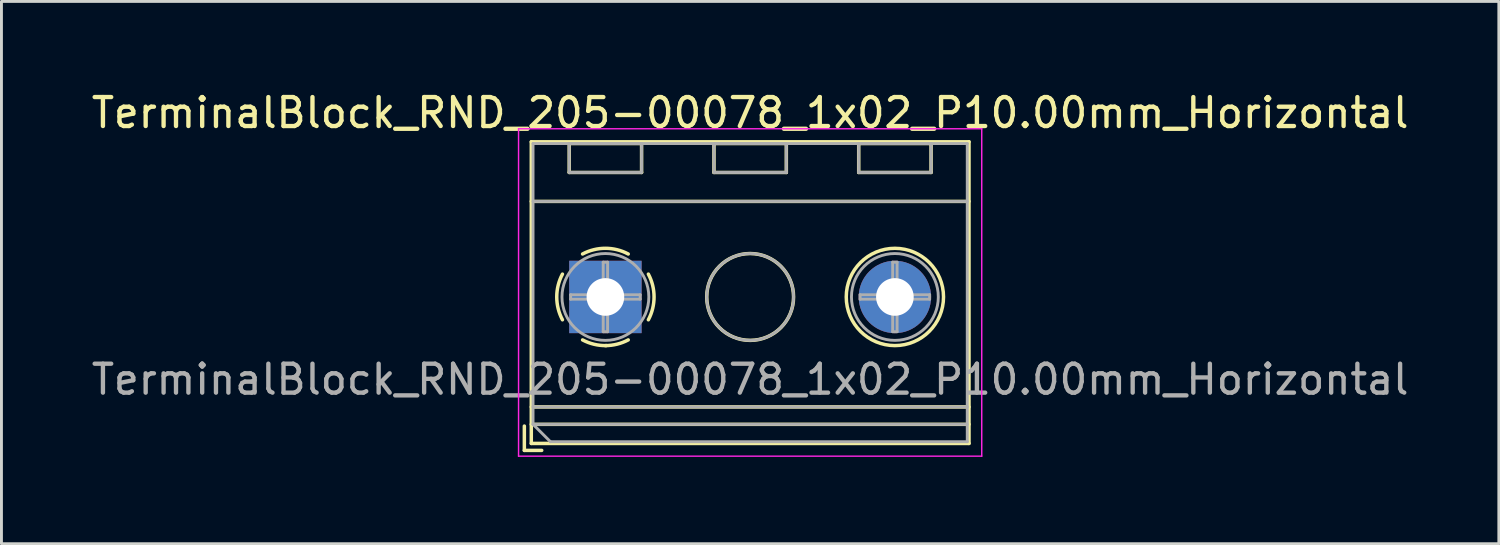
<source format=kicad_pcb>
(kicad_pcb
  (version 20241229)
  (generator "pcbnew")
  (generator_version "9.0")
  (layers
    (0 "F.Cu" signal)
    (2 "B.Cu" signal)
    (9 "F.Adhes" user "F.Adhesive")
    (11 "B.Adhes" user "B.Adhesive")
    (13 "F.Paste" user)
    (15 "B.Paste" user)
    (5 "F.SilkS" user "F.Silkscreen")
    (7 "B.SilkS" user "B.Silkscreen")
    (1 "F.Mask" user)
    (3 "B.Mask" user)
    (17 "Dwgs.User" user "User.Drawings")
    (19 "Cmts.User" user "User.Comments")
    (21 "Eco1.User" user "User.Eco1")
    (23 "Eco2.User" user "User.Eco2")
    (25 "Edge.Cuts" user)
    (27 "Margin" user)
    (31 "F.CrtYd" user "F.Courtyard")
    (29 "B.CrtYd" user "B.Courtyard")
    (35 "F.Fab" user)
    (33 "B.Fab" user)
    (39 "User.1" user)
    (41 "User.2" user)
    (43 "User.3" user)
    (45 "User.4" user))
  (footprint "TerminalBlock_RND_205-00078_1x02_P10.00mm_Horizontal"
    (layer "F.Cu")
    (at 17.863 7.208)
    (property "Reference" "TerminalBlock_RND_205-00078_1x02_P10.00mm_Horizontal" (at 5 -6.36 0) (layer "F.SilkS") (effects (font (size 1 1) (thickness 0.15))))
    (attr through_hole)
    (fp_line (start -2.8 4.46) (end -2.8 5.3) (stroke (width 0.12) (type solid)) (layer "F.SilkS"))
    (fp_line (start -2.8 5.3) (end -2.2 5.3) (stroke (width 0.12) (type solid)) (layer "F.SilkS"))
    (fp_line (start -2.56 -5.36) (end -2.56 5.06) (stroke (width 0.12) (type solid)) (layer "F.SilkS"))
    (fp_line (start -2.56 -5.36) (end 12.56 -5.36) (stroke (width 0.12) (type solid)) (layer "F.SilkS"))
    (fp_line (start -2.56 -3.301) (end 12.56 -3.301) (stroke (width 0.12) (type solid)) (layer "F.SilkS"))
    (fp_line (start -2.56 3.8) (end 12.56 3.8) (stroke (width 0.12) (type solid)) (layer "F.SilkS"))
    (fp_line (start -2.56 4.4) (end 12.56 4.4) (stroke (width 0.12) (type solid)) (layer "F.SilkS"))
    (fp_line (start -2.56 5.06) (end 12.56 5.06) (stroke (width 0.12) (type solid)) (layer "F.SilkS"))
    (fp_line (start -1.25 -5.301) (end -1.25 -4.301) (stroke (width 0.12) (type solid)) (layer "F.SilkS"))
    (fp_line (start -1.25 -5.301) (end 1.25 -5.301) (stroke (width 0.12) (type solid)) (layer "F.SilkS"))
    (fp_line (start -1.25 -4.301) (end 1.25 -4.301) (stroke (width 0.12) (type solid)) (layer "F.SilkS"))
    (fp_line (start 1.25 -5.301) (end 1.25 -4.301) (stroke (width 0.12) (type solid)) (layer "F.SilkS"))
    (fp_line (start 3.75 -5.301) (end 3.75 -4.301) (stroke (width 0.12) (type solid)) (layer "F.SilkS"))
    (fp_line (start 3.75 -5.301) (end 6.25 -5.301) (stroke (width 0.12) (type solid)) (layer "F.SilkS"))
    (fp_line (start 3.75 -4.301) (end 6.25 -4.301) (stroke (width 0.12) (type solid)) (layer "F.SilkS"))
    (fp_line (start 6.25 -5.301) (end 6.25 -4.301) (stroke (width 0.12) (type solid)) (layer "F.SilkS"))
    (fp_line (start 8.75 -5.301) (end 8.75 -4.301) (stroke (width 0.12) (type solid)) (layer "F.SilkS"))
    (fp_line (start 8.75 -5.301) (end 11.25 -5.301) (stroke (width 0.12) (type solid)) (layer "F.SilkS"))
    (fp_line (start 8.75 -4.301) (end 11.25 -4.301) (stroke (width 0.12) (type solid)) (layer "F.SilkS"))
    (fp_line (start 11.25 -5.301) (end 11.25 -4.301) (stroke (width 0.12) (type solid)) (layer "F.SilkS"))
    (fp_line (start 12.56 -5.36) (end 12.56 5.06) (stroke (width 0.12) (type solid)) (layer "F.SilkS"))
    (fp_arc (start -1.483953 0.789089) (mid -1.680708 0.00005) (end -1.484 -0.789) (stroke (width 0.12) (type solid)) (layer "F.SilkS"))
    (fp_arc (start -0.789089 -1.483953) (mid -0.00005 -1.680708) (end 0.789 -1.484) (stroke (width 0.12) (type solid)) (layer "F.SilkS"))
    (fp_arc (start 0.029383 1.68045) (mid -0.392304 1.634281) (end -0.789 1.484) (stroke (width 0.12) (type solid)) (layer "F.SilkS"))
    (fp_arc (start 0.788712 1.483352) (mid 0.406429 1.630097) (end 0 1.68) (stroke (width 0.12) (type solid)) (layer "F.SilkS"))
    (fp_arc (start 1.483953 -0.789089) (mid 1.680708 -0.00005) (end 1.484 0.789) (stroke (width 0.12) (type solid)) (layer "F.SilkS"))
    (fp_circle (center 5 0) (end 6.5 0) (stroke (width 0.12) (type solid)) (fill no) (layer "F.SilkS"))
    (fp_circle (center 10 0) (end 11.68 0) (stroke (width 0.12) (type solid)) (fill no) (layer "F.SilkS"))
    (fp_line (start -3 -5.81) (end -3 5.5) (stroke (width 0.05) (type solid)) (layer "F.CrtYd"))
    (fp_line (start -3 5.5) (end 13 5.5) (stroke (width 0.05) (type solid)) (layer "F.CrtYd"))
    (fp_line (start 13 -5.81) (end -3 -5.81) (stroke (width 0.05) (type solid)) (layer "F.CrtYd"))
    (fp_line (start 13 5.5) (end 13 -5.81) (stroke (width 0.05) (type solid)) (layer "F.CrtYd"))
    (fp_line (start -2.5 -5.3) (end 12.5 -5.3) (stroke (width 0.1) (type solid)) (layer "F.Fab"))
    (fp_line (start -2.5 -3.3) (end 12.5 -3.3) (stroke (width 0.1) (type solid)) (layer "F.Fab"))
    (fp_line (start -2.5 3.8) (end 12.5 3.8) (stroke (width 0.1) (type solid)) (layer "F.Fab"))
    (fp_line (start -2.5 4.4) (end -2.5 -5.3) (stroke (width 0.1) (type solid)) (layer "F.Fab"))
    (fp_line (start -2.5 4.4) (end 12.5 4.4) (stroke (width 0.1) (type solid)) (layer "F.Fab"))
    (fp_line (start -1.9 5) (end -2.5 4.4) (stroke (width 0.1) (type solid)) (layer "F.Fab"))
    (fp_line (start -1.25 -5.3) (end -1.25 -4.3) (stroke (width 0.1) (type solid)) (layer "F.Fab"))
    (fp_line (start -1.25 -4.3) (end 1.25 -4.3) (stroke (width 0.1) (type solid)) (layer "F.Fab"))
    (fp_line (start -1.201 -0.076) (end -0.076 -0.076) (stroke (width 0.1) (type solid)) (layer "F.Fab"))
    (fp_line (start -1.201 0.076) (end -1.201 -0.076) (stroke (width 0.1) (type solid)) (layer "F.Fab"))
    (fp_line (start -0.076 -1.201) (end 0.076 -1.201) (stroke (width 0.1) (type solid)) (layer "F.Fab"))
    (fp_line (start -0.076 -0.076) (end -0.076 -1.201) (stroke (width 0.1) (type solid)) (layer "F.Fab"))
    (fp_line (start -0.076 0.076) (end -1.201 0.076) (stroke (width 0.1) (type solid)) (layer "F.Fab"))
    (fp_line (start -0.076 1.201) (end -0.076 0.076) (stroke (width 0.1) (type solid)) (layer "F.Fab"))
    (fp_line (start 0.076 -1.201) (end 0.076 -0.076) (stroke (width 0.1) (type solid)) (layer "F.Fab"))
    (fp_line (start 0.076 -0.076) (end 1.201 -0.076) (stroke (width 0.1) (type solid)) (layer "F.Fab"))
    (fp_line (start 0.076 0.076) (end 0.076 1.201) (stroke (width 0.1) (type solid)) (layer "F.Fab"))
    (fp_line (start 0.076 1.201) (end -0.076 1.201) (stroke (width 0.1) (type solid)) (layer "F.Fab"))
    (fp_line (start 1.201 -0.076) (end 1.201 0.076) (stroke (width 0.1) (type solid)) (layer "F.Fab"))
    (fp_line (start 1.201 0.076) (end 0.076 0.076) (stroke (width 0.1) (type solid)) (layer "F.Fab"))
    (fp_line (start 1.25 -5.3) (end -1.25 -5.3) (stroke (width 0.1) (type solid)) (layer "F.Fab"))
    (fp_line (start 1.25 -4.3) (end 1.25 -5.3) (stroke (width 0.1) (type solid)) (layer "F.Fab"))
    (fp_line (start 3.75 -5.3) (end 3.75 -4.3) (stroke (width 0.1) (type solid)) (layer "F.Fab"))
    (fp_line (start 3.75 -4.3) (end 6.25 -4.3) (stroke (width 0.1) (type solid)) (layer "F.Fab"))
    (fp_line (start 6.25 -5.3) (end 3.75 -5.3) (stroke (width 0.1) (type solid)) (layer "F.Fab"))
    (fp_line (start 6.25 -4.3) (end 6.25 -5.3) (stroke (width 0.1) (type solid)) (layer "F.Fab"))
    (fp_line (start 8.75 -5.3) (end 8.75 -4.3) (stroke (width 0.1) (type solid)) (layer "F.Fab"))
    (fp_line (start 8.75 -4.3) (end 11.25 -4.3) (stroke (width 0.1) (type solid)) (layer "F.Fab"))
    (fp_line (start 8.799 -0.076) (end 9.924 -0.076) (stroke (width 0.1) (type solid)) (layer "F.Fab"))
    (fp_line (start 8.799 0.076) (end 8.799 -0.076) (stroke (width 0.1) (type solid)) (layer "F.Fab"))
    (fp_line (start 9.924 -1.201) (end 10.076 -1.201) (stroke (width 0.1) (type solid)) (layer "F.Fab"))
    (fp_line (start 9.924 -0.076) (end 9.924 -1.201) (stroke (width 0.1) (type solid)) (layer "F.Fab"))
    (fp_line (start 9.924 0.076) (end 8.799 0.076) (stroke (width 0.1) (type solid)) (layer "F.Fab"))
    (fp_line (start 9.924 1.201) (end 9.924 0.076) (stroke (width 0.1) (type solid)) (layer "F.Fab"))
    (fp_line (start 10.076 -1.201) (end 10.076 -0.076) (stroke (width 0.1) (type solid)) (layer "F.Fab"))
    (fp_line (start 10.076 -0.076) (end 11.201 -0.076) (stroke (width 0.1) (type solid)) (layer "F.Fab"))
    (fp_line (start 10.076 0.076) (end 10.076 1.201) (stroke (width 0.1) (type solid)) (layer "F.Fab"))
    (fp_line (start 10.076 1.201) (end 9.924 1.201) (stroke (width 0.1) (type solid)) (layer "F.Fab"))
    (fp_line (start 11.201 -0.076) (end 11.201 0.076) (stroke (width 0.1) (type solid)) (layer "F.Fab"))
    (fp_line (start 11.201 0.076) (end 10.076 0.076) (stroke (width 0.1) (type solid)) (layer "F.Fab"))
    (fp_line (start 11.25 -5.3) (end 8.75 -5.3) (stroke (width 0.1) (type solid)) (layer "F.Fab"))
    (fp_line (start 11.25 -4.3) (end 11.25 -5.3) (stroke (width 0.1) (type solid)) (layer "F.Fab"))
    (fp_line (start 12.5 -5.3) (end 12.5 5) (stroke (width 0.1) (type solid)) (layer "F.Fab"))
    (fp_line (start 12.5 5) (end -1.9 5) (stroke (width 0.1) (type solid)) (layer "F.Fab"))
    (fp_circle (center 0 0) (end 1.5 0) (stroke (width 0.1) (type solid)) (fill no) (layer "F.Fab"))
    (fp_circle (center 5 0) (end 6.5 0) (stroke (width 0.1) (type solid)) (fill no) (layer "F.Fab"))
    (fp_circle (center 10 0) (end 11.5 0) (stroke (width 0.1) (type solid)) (fill no) (layer "F.Fab"))
    (fp_text user "${REFERENCE}" (at 5 2.85 0) (layer "F.Fab") (effects (font (size 1 1) (thickness 0.15))))
    (pad "1" thru_hole rect (at 0 0) (size 2.5 2.5) (drill 1.3) (layers "*.Cu" "*.Mask"))
    (pad "2" thru_hole circle (at 10 0) (size 2.5 2.5) (drill 1.3) (layers "*.Cu" "*.Mask")))
  (gr_rect
    (start -3 -3)
    (end 48.726 15.733)
    (stroke (width 0.1) (type default))
    (fill no)
    (layer "Edge.Cuts")))
</source>
